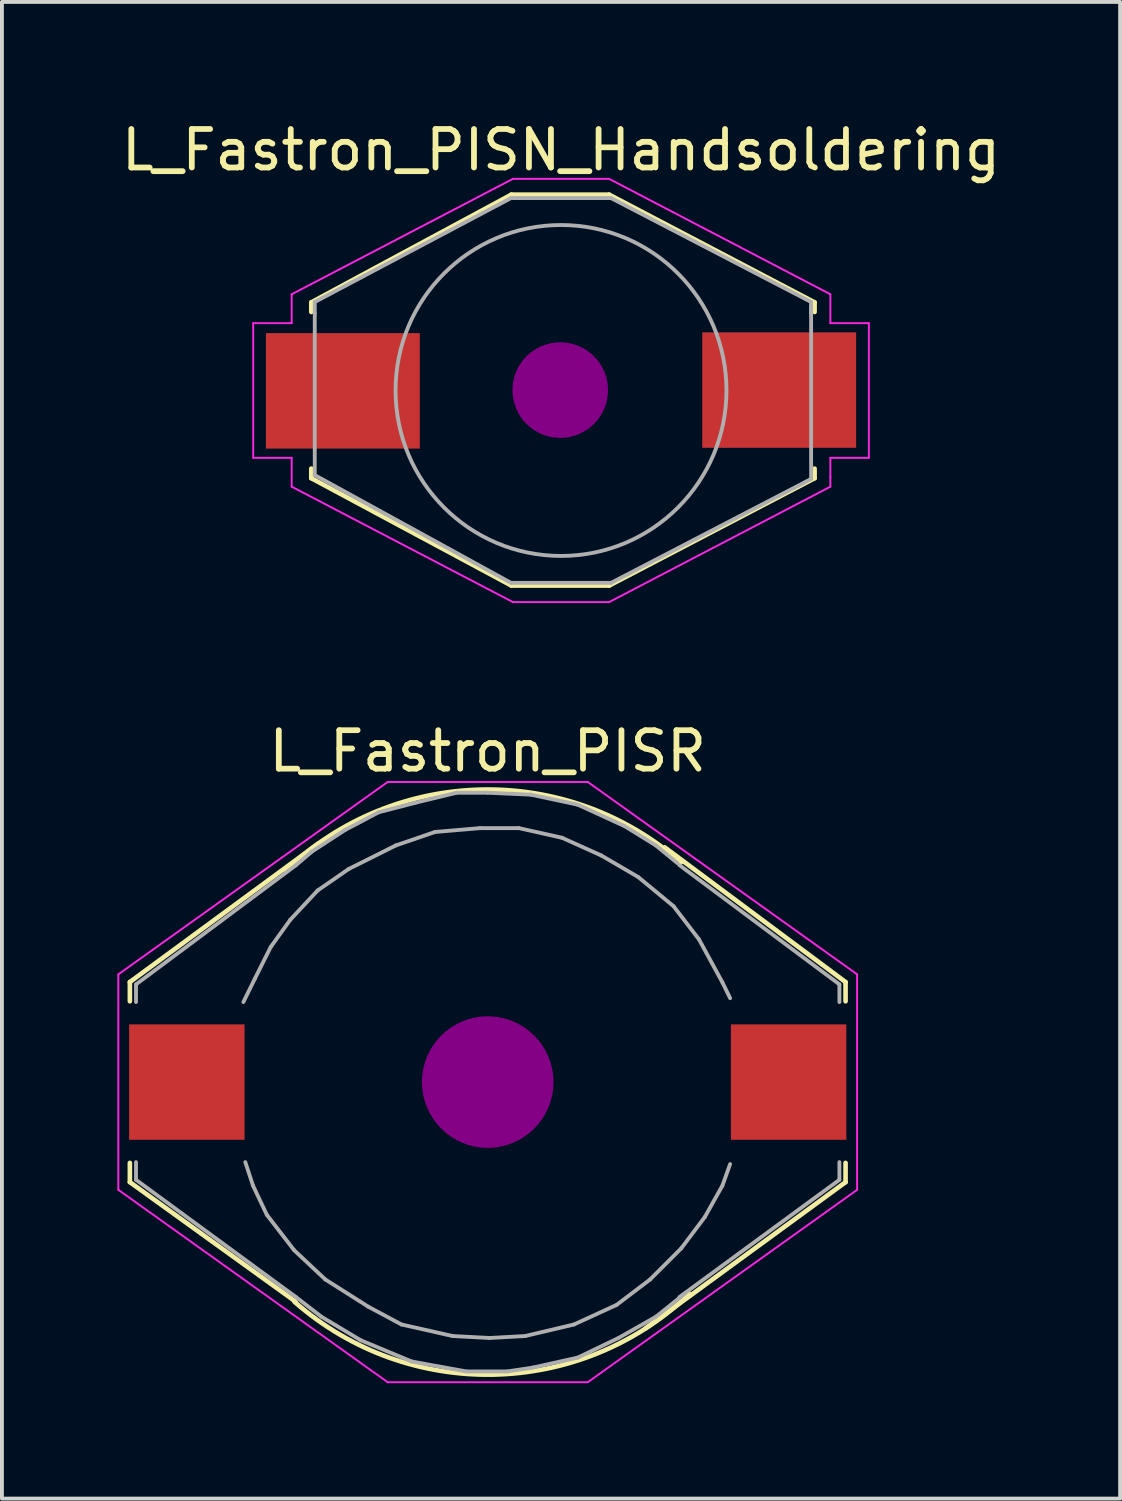
<source format=kicad_pcb>
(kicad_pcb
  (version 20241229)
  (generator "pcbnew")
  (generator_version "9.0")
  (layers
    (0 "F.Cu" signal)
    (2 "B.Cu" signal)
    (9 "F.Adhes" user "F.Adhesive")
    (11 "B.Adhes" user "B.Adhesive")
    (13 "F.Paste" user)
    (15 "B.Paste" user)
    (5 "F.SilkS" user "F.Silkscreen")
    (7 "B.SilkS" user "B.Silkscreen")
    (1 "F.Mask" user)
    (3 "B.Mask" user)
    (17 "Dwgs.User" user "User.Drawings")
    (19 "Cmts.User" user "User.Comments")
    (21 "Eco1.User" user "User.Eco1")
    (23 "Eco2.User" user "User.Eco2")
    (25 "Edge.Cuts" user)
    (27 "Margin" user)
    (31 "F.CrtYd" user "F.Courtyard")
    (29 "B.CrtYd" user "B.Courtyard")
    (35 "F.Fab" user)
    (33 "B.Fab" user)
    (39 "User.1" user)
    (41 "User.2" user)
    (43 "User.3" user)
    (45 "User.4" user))
  (footprint "L_Fastron_PISN_Handsoldering"
    (layer "F.Cu")
    (at 11.53 7.098)
    (property "Reference" "L_Fastron_PISN_Handsoldering" (at 0 -6.25 0) (layer "F.SilkS") (effects (font (size 1 1) (thickness 0.15))))
    (attr smd)
    (fp_line (start -6.49 -2.29) (end -6.49 -2.04) (stroke (width 0.12) (type solid)) (layer "F.SilkS"))
    (fp_line (start -6.49 2.28) (end -6.49 2.03) (stroke (width 0.12) (type solid)) (layer "F.SilkS"))
    (fp_line (start -1.29 -5.09) (end -6.49 -2.29) (stroke (width 0.12) (type solid)) (layer "F.SilkS"))
    (fp_line (start -1.29 -5.09) (end 1.25 -5.09) (stroke (width 0.12) (type solid)) (layer "F.SilkS"))
    (fp_line (start -1.29 5.07) (end -6.49 2.28) (stroke (width 0.12) (type solid)) (layer "F.SilkS"))
    (fp_line (start -1.29 5.07) (end 1.25 5.07) (stroke (width 0.12) (type solid)) (layer "F.SilkS"))
    (fp_line (start 1.25 -5.09) (end 6.59 -2.29) (stroke (width 0.12) (type solid)) (layer "F.SilkS"))
    (fp_line (start 1.25 5.07) (end 6.59 2.28) (stroke (width 0.12) (type solid)) (layer "F.SilkS"))
    (fp_line (start 6.59 -2.29) (end 6.59 -2.04) (stroke (width 0.12) (type solid)) (layer "F.SilkS"))
    (fp_line (start 6.59 2.28) (end 6.59 2.03) (stroke (width 0.12) (type solid)) (layer "F.SilkS"))
    (fp_line (start -0.02 -0.26) (end -0.02 0.25) (stroke (width 0.38) (type solid)) (layer "F.Adhes"))
    (fp_circle (center -0.02 -0.01) (end -0.02 0.5) (stroke (width 0.38) (type solid)) (fill no) (layer "F.Adhes"))
    (fp_circle (center -0.02 -0.01) (end 0.24 -0.01) (stroke (width 0.38) (type solid)) (fill no) (layer "F.Adhes"))
    (fp_circle (center -0.02 -0.01) (end 0.24 0.76) (stroke (width 0.38) (type solid)) (fill no) (layer "F.Adhes"))
    (fp_circle (center -0.02 -0.01) (end 0.24 1.01) (stroke (width 0.38) (type solid)) (fill no) (layer "F.Adhes"))
    (fp_line (start -8 -1.75) (end -8 1.75) (stroke (width 0.05) (type solid)) (layer "F.CrtYd"))
    (fp_line (start -8 1.75) (end -7 1.75) (stroke (width 0.05) (type solid)) (layer "F.CrtYd"))
    (fp_line (start -7 -2.5) (end -7 -1.75) (stroke (width 0.05) (type solid)) (layer "F.CrtYd"))
    (fp_line (start -7 -2.5) (end -1.25 -5.5) (stroke (width 0.05) (type solid)) (layer "F.CrtYd"))
    (fp_line (start -7 -1.75) (end -8 -1.75) (stroke (width 0.05) (type solid)) (layer "F.CrtYd"))
    (fp_line (start -7 1.75) (end -7 2.5) (stroke (width 0.05) (type solid)) (layer "F.CrtYd"))
    (fp_line (start -1.25 -5.5) (end 1.25 -5.5) (stroke (width 0.05) (type solid)) (layer "F.CrtYd"))
    (fp_line (start -1.25 5.5) (end -7 2.5) (stroke (width 0.05) (type solid)) (layer "F.CrtYd"))
    (fp_line (start 1.25 -5.5) (end 7 -2.5) (stroke (width 0.05) (type solid)) (layer "F.CrtYd"))
    (fp_line (start 1.25 5.5) (end -1.25 5.5) (stroke (width 0.05) (type solid)) (layer "F.CrtYd"))
    (fp_line (start 7 -1.75) (end 7 -2.5) (stroke (width 0.05) (type solid)) (layer "F.CrtYd"))
    (fp_line (start 7 1.75) (end 8 1.75) (stroke (width 0.05) (type solid)) (layer "F.CrtYd"))
    (fp_line (start 7 2.25) (end 7 1.75) (stroke (width 0.05) (type solid)) (layer "F.CrtYd"))
    (fp_line (start 7 2.25) (end 7 2.5) (stroke (width 0.05) (type solid)) (layer "F.CrtYd"))
    (fp_line (start 7 2.5) (end 1.25 5.5) (stroke (width 0.05) (type solid)) (layer "F.CrtYd"))
    (fp_line (start 8 -1.75) (end 7 -1.75) (stroke (width 0.05) (type solid)) (layer "F.CrtYd"))
    (fp_line (start 8 1.75) (end 8 -1.75) (stroke (width 0.05) (type solid)) (layer "F.CrtYd"))
    (fp_line (start -6.4 -2.3) (end -1.3 -5) (stroke (width 0.1) (type solid)) (layer "F.Fab"))
    (fp_line (start -6.4 -2) (end -6.4 -2.3) (stroke (width 0.1) (type solid)) (layer "F.Fab"))
    (fp_line (start -6.4 -2) (end -6.4 2.2) (stroke (width 0.1) (type solid)) (layer "F.Fab"))
    (fp_line (start -6.4 2.2) (end -1.3 5) (stroke (width 0.1) (type solid)) (layer "F.Fab"))
    (fp_line (start -1.3 -5) (end 1.3 -5) (stroke (width 0.1) (type solid)) (layer "F.Fab"))
    (fp_line (start -1.3 5) (end 1.3 5) (stroke (width 0.1) (type solid)) (layer "F.Fab"))
    (fp_line (start 1.3 -5) (end 6.5 -2.3) (stroke (width 0.1) (type solid)) (layer "F.Fab"))
    (fp_line (start 1.3 5) (end 6.5 2.3) (stroke (width 0.1) (type solid)) (layer "F.Fab"))
    (fp_line (start 6.5 -2.3) (end 6.5 -2) (stroke (width 0.1) (type solid)) (layer "F.Fab"))
    (fp_line (start 6.5 2.3) (end 6.5 -2.2) (stroke (width 0.1) (type solid)) (layer "F.Fab"))
    (fp_circle (center 0 0) (end 0 -4.3) (stroke (width 0.1) (type solid)) (fill no) (layer "F.Fab"))
    (pad "1" smd rect (at 5.67 -0.01) (size 4 3) (layers "F.Cu" "F.Mask" "F.Paste"))
    (pad "2" smd rect (at -5.67 0.01) (size 4 3) (layers "F.Cu" "F.Mask" "F.Paste")))
  (footprint "L_Fastron_PISR"
    (layer "F.Cu")
    (at 9.625 25.072)
    (property "Reference" "L_Fastron_PISR" (at 0 -8.6 0) (layer "F.SilkS") (effects (font (size 1 1) (thickness 0.15))))
    (attr smd)
    (fp_line (start -9.3 -2.6) (end -9.3 -2.1) (stroke (width 0.12) (type solid)) (layer "F.SilkS"))
    (fp_line (start -9.3 -2.6) (end -4.4 -6.2) (stroke (width 0.12) (type solid)) (layer "F.SilkS"))
    (fp_line (start -9.3 2.6) (end -9.3 2.1) (stroke (width 0.12) (type solid)) (layer "F.SilkS"))
    (fp_line (start -5 5.7) (end -9.3 2.6) (stroke (width 0.12) (type solid)) (layer "F.SilkS"))
    (fp_line (start 4.1 6.4) (end 9.3 2.6) (stroke (width 0.12) (type solid)) (layer "F.SilkS"))
    (fp_line (start 4.6 -6.1) (end 9.3 -2.6) (stroke (width 0.12) (type solid)) (layer "F.SilkS"))
    (fp_line (start 9.3 -2.6) (end 9.3 -2.1) (stroke (width 0.12) (type solid)) (layer "F.SilkS"))
    (fp_line (start 9.3 2.6) (end 9.3 2.1) (stroke (width 0.12) (type solid)) (layer "F.SilkS"))
    (fp_arc (start -5.25 -5.5) (mid -0.15496 -7.601874) (end 5.021503 -5.709379) (stroke (width 0.12) (type solid)) (layer "F.SilkS"))
    (fp_arc (start 5.25 5.5) (mid 0.15496 7.601874) (end -5.021503 5.709379) (stroke (width 0.12) (type solid)) (layer "F.SilkS"))
    (fp_line (start 0 -0.25) (end 0 0.25) (stroke (width 0.38) (type solid)) (layer "F.Adhes"))
    (fp_circle (center 0 0) (end 0 0.25) (stroke (width 0.38) (type solid)) (fill no) (layer "F.Adhes"))
    (fp_circle (center 0 0) (end 0 0.51) (stroke (width 0.38) (type solid)) (fill no) (layer "F.Adhes"))
    (fp_circle (center 0 0) (end 0 0.76) (stroke (width 0.38) (type solid)) (fill no) (layer "F.Adhes"))
    (fp_circle (center 0 0) (end 0 1.02) (stroke (width 0.38) (type solid)) (fill no) (layer "F.Adhes"))
    (fp_circle (center 0 0) (end 0 1.27) (stroke (width 0.38) (type solid)) (fill no) (layer "F.Adhes"))
    (fp_circle (center 0 0) (end 0 1.52) (stroke (width 0.38) (type solid)) (fill no) (layer "F.Adhes"))
    (fp_line (start -9.6 -2.8) (end -2.6 -7.8) (stroke (width 0.05) (type solid)) (layer "F.CrtYd"))
    (fp_line (start -9.6 2.8) (end -9.6 -2.8) (stroke (width 0.05) (type solid)) (layer "F.CrtYd"))
    (fp_line (start -2.6 -7.8) (end 2.6 -7.8) (stroke (width 0.05) (type solid)) (layer "F.CrtYd"))
    (fp_line (start -2.6 7.8) (end -9.6 2.8) (stroke (width 0.05) (type solid)) (layer "F.CrtYd"))
    (fp_line (start 2.6 -7.8) (end 9.6 -2.8) (stroke (width 0.05) (type solid)) (layer "F.CrtYd"))
    (fp_line (start 2.6 7.8) (end -2.6 7.8) (stroke (width 0.05) (type solid)) (layer "F.CrtYd"))
    (fp_line (start 9.6 -2.8) (end 9.6 2.8) (stroke (width 0.05) (type solid)) (layer "F.CrtYd"))
    (fp_line (start 9.6 2.8) (end 2.6 7.8) (stroke (width 0.05) (type solid)) (layer "F.CrtYd"))
    (fp_line (start -9.14 -2.54) (end -4.98 -5.64) (stroke (width 0.1) (type solid)) (layer "F.Fab"))
    (fp_line (start -9.14 -2.08) (end -9.14 -2.54) (stroke (width 0.1) (type solid)) (layer "F.Fab"))
    (fp_line (start -9.14 2.08) (end -9.14 2.54) (stroke (width 0.1) (type solid)) (layer "F.Fab"))
    (fp_line (start -9.14 2.54) (end -4.98 5.59) (stroke (width 0.1) (type solid)) (layer "F.Fab"))
    (fp_line (start -6.35 -2.08) (end -6.05 -2.69) (stroke (width 0.1) (type solid)) (layer "F.Fab"))
    (fp_line (start -6.3 2.08) (end -6.1 2.69) (stroke (width 0.1) (type solid)) (layer "F.Fab"))
    (fp_line (start -6.1 2.69) (end -5.74 3.45) (stroke (width 0.1) (type solid)) (layer "F.Fab"))
    (fp_line (start -6.05 -2.69) (end -5.64 -3.51) (stroke (width 0.1) (type solid)) (layer "F.Fab"))
    (fp_line (start -5.74 3.45) (end -5.03 4.37) (stroke (width 0.1) (type solid)) (layer "F.Fab"))
    (fp_line (start -5.64 -3.51) (end -5.13 -4.22) (stroke (width 0.1) (type solid)) (layer "F.Fab"))
    (fp_line (start -5.13 -4.22) (end -4.42 -4.98) (stroke (width 0.1) (type solid)) (layer "F.Fab"))
    (fp_line (start -5.03 4.37) (end -4.22 5.13) (stroke (width 0.1) (type solid)) (layer "F.Fab"))
    (fp_line (start -4.98 -5.64) (end -4.57 -5.99) (stroke (width 0.1) (type solid)) (layer "F.Fab"))
    (fp_line (start -4.98 5.59) (end -4.32 6.1) (stroke (width 0.1) (type solid)) (layer "F.Fab"))
    (fp_line (start -4.57 -5.99) (end -3.71 -6.55) (stroke (width 0.1) (type solid)) (layer "F.Fab"))
    (fp_line (start -4.42 -4.98) (end -3.61 -5.54) (stroke (width 0.1) (type solid)) (layer "F.Fab"))
    (fp_line (start -4.32 6.1) (end -3.3 6.71) (stroke (width 0.1) (type solid)) (layer "F.Fab"))
    (fp_line (start -4.22 5.13) (end -3.1 5.84) (stroke (width 0.1) (type solid)) (layer "F.Fab"))
    (fp_line (start -3.71 -6.55) (end -2.84 -7.01) (stroke (width 0.1) (type solid)) (layer "F.Fab"))
    (fp_line (start -3.61 -5.54) (end -2.39 -6.15) (stroke (width 0.1) (type solid)) (layer "F.Fab"))
    (fp_line (start -3.3 6.71) (end -1.98 7.26) (stroke (width 0.1) (type solid)) (layer "F.Fab"))
    (fp_line (start -3.1 5.84) (end -2.24 6.3) (stroke (width 0.1) (type solid)) (layer "F.Fab"))
    (fp_line (start -2.84 -7.01) (end -1.88 -7.26) (stroke (width 0.1) (type solid)) (layer "F.Fab"))
    (fp_line (start -2.39 -6.15) (end -1.37 -6.5) (stroke (width 0.1) (type solid)) (layer "F.Fab"))
    (fp_line (start -2.24 6.3) (end -0.91 6.6) (stroke (width 0.1) (type solid)) (layer "F.Fab"))
    (fp_line (start -1.98 7.26) (end -0.56 7.52) (stroke (width 0.1) (type solid)) (layer "F.Fab"))
    (fp_line (start -1.88 -7.26) (end -0.81 -7.52) (stroke (width 0.1) (type solid)) (layer "F.Fab"))
    (fp_line (start -1.37 -6.5) (end -0.2 -6.6) (stroke (width 0.1) (type solid)) (layer "F.Fab"))
    (fp_line (start -0.91 6.6) (end 0.05 6.65) (stroke (width 0.1) (type solid)) (layer "F.Fab"))
    (fp_line (start -0.81 -7.52) (end 0 -7.52) (stroke (width 0.1) (type solid)) (layer "F.Fab"))
    (fp_line (start -0.56 7.52) (end 0.51 7.52) (stroke (width 0.1) (type solid)) (layer "F.Fab"))
    (fp_line (start -0.2 -6.6) (end 0.81 -6.6) (stroke (width 0.1) (type solid)) (layer "F.Fab"))
    (fp_line (start 0 -7.52) (end 1.12 -7.47) (stroke (width 0.1) (type solid)) (layer "F.Fab"))
    (fp_line (start 0.05 6.65) (end 0.97 6.6) (stroke (width 0.1) (type solid)) (layer "F.Fab"))
    (fp_line (start 0.51 7.52) (end 1.17 7.42) (stroke (width 0.1) (type solid)) (layer "F.Fab"))
    (fp_line (start 0.81 -6.6) (end 1.93 -6.35) (stroke (width 0.1) (type solid)) (layer "F.Fab"))
    (fp_line (start 0.97 6.6) (end 2.24 6.3) (stroke (width 0.1) (type solid)) (layer "F.Fab"))
    (fp_line (start 1.12 -7.47) (end 2.34 -7.21) (stroke (width 0.1) (type solid)) (layer "F.Fab"))
    (fp_line (start 1.17 7.42) (end 2.34 7.16) (stroke (width 0.1) (type solid)) (layer "F.Fab"))
    (fp_line (start 1.93 -6.35) (end 2.95 -5.89) (stroke (width 0.1) (type solid)) (layer "F.Fab"))
    (fp_line (start 2.24 6.3) (end 3.35 5.79) (stroke (width 0.1) (type solid)) (layer "F.Fab"))
    (fp_line (start 2.34 -7.21) (end 3.56 -6.65) (stroke (width 0.1) (type solid)) (layer "F.Fab"))
    (fp_line (start 2.34 7.16) (end 3.4 6.65) (stroke (width 0.1) (type solid)) (layer "F.Fab"))
    (fp_line (start 2.95 -5.89) (end 3.91 -5.33) (stroke (width 0.1) (type solid)) (layer "F.Fab"))
    (fp_line (start 3.35 5.79) (end 4.22 5.13) (stroke (width 0.1) (type solid)) (layer "F.Fab"))
    (fp_line (start 3.4 6.65) (end 4.37 6.1) (stroke (width 0.1) (type solid)) (layer "F.Fab"))
    (fp_line (start 3.56 -6.65) (end 4.37 -6.15) (stroke (width 0.1) (type solid)) (layer "F.Fab"))
    (fp_line (start 3.91 -5.33) (end 4.83 -4.57) (stroke (width 0.1) (type solid)) (layer "F.Fab"))
    (fp_line (start 4.22 5.13) (end 5.03 4.32) (stroke (width 0.1) (type solid)) (layer "F.Fab"))
    (fp_line (start 4.37 -6.15) (end 4.93 -5.69) (stroke (width 0.1) (type solid)) (layer "F.Fab"))
    (fp_line (start 4.37 6.1) (end 5.13 5.49) (stroke (width 0.1) (type solid)) (layer "F.Fab"))
    (fp_line (start 4.83 -4.57) (end 5.49 -3.71) (stroke (width 0.1) (type solid)) (layer "F.Fab"))
    (fp_line (start 5.03 4.32) (end 5.64 3.51) (stroke (width 0.1) (type solid)) (layer "F.Fab"))
    (fp_line (start 5.49 -3.71) (end 6.1 -2.59) (stroke (width 0.1) (type solid)) (layer "F.Fab"))
    (fp_line (start 5.64 3.51) (end 6.1 2.69) (stroke (width 0.1) (type solid)) (layer "F.Fab"))
    (fp_line (start 6.1 -2.59) (end 6.3 -2.18) (stroke (width 0.1) (type solid)) (layer "F.Fab"))
    (fp_line (start 6.1 2.69) (end 6.3 2.13) (stroke (width 0.1) (type solid)) (layer "F.Fab"))
    (fp_line (start 9.14 -2.54) (end 4.98 -5.64) (stroke (width 0.1) (type solid)) (layer "F.Fab"))
    (fp_line (start 9.14 -2.08) (end 9.14 -2.54) (stroke (width 0.1) (type solid)) (layer "F.Fab"))
    (fp_line (start 9.14 2.08) (end 9.14 2.54) (stroke (width 0.1) (type solid)) (layer "F.Fab"))
    (fp_line (start 9.14 2.54) (end 4.98 5.59) (stroke (width 0.1) (type solid)) (layer "F.Fab"))
    (pad "1" smd rect (at 7.82 0) (size 3 3) (layers "F.Cu" "F.Mask" "F.Paste"))
    (pad "2" smd rect (at -7.82 0) (size 3 3) (layers "F.Cu" "F.Mask" "F.Paste")))
  (gr_rect
    (start -3 -3)
    (end 26.06 35.897)
    (stroke (width 0.1) (type default))
    (fill no)
    (layer "Edge.Cuts")))
</source>
